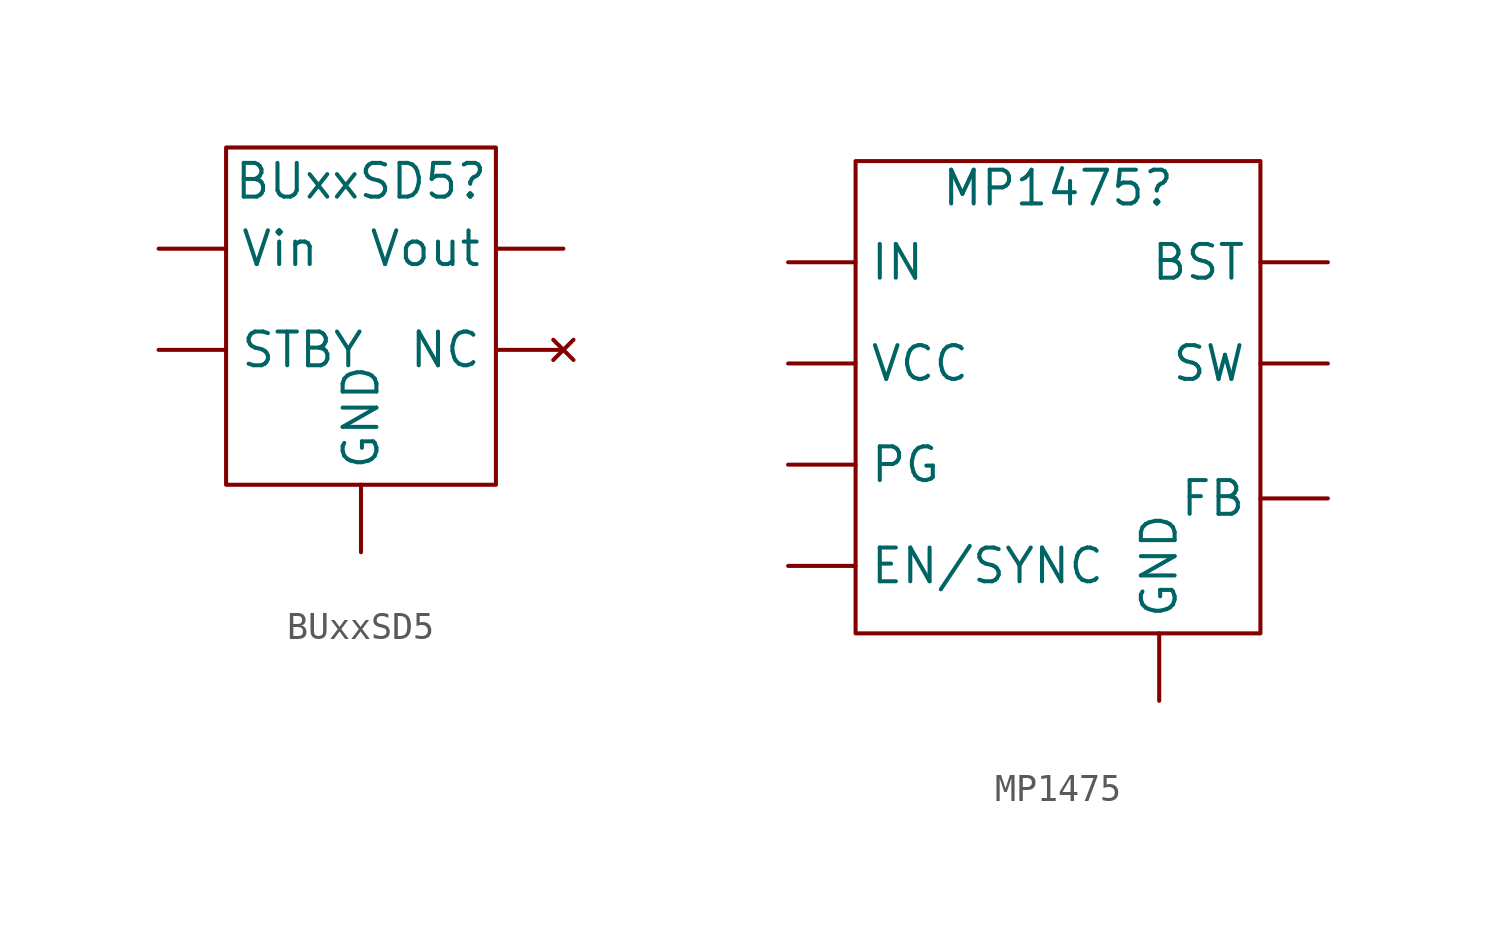
<source format=kicad_sym>
(kicad_symbol_lib
  (version 20241209)
  (generator "kicad_symbol_editor")
  (generator_version "9.0")
  (symbol "BUxxSD5"
    (property "Reference" "BUxxSD5"
      (at 0 5.08 0)
      (effects (font (size 1.27 1.27))))
    (property "Value" ""
      (at 0 0 0)
      (effects (font (size 1.27 1.27))))
    (symbol "BUxxSD5_0_1"
      (rectangle (start -5.08 6.35) (end 5.08 -6.35) (stroke (width 0) (type default)) (fill (type none))))
    (symbol "BUxxSD5_1_1"
      (pin power_in line (at -7.62 2.54 0) (length 2.54) (name "Vin" (effects (font (size 1.27 1.27)))) (number "" (effects (font (size 1.27 1.27)))))
      (pin input line (at -7.62 -1.27 0) (length 2.54) (name "STBY" (effects (font (size 1.27 1.27)))) (number "" (effects (font (size 1.27 1.27)))))
      (pin power_out line (at 0 -8.89 90) (length 2.54) (name "GND" (effects (font (size 1.27 1.27)))) (number "" (effects (font (size 1.27 1.27)))))
      (pin power_out line (at 7.62 2.54 180) (length 2.54) (name "Vout" (effects (font (size 1.27 1.27)))) (number "" (effects (font (size 1.27 1.27)))))
      (pin no_connect line (at 7.62 -1.27 180) (length 2.54) (name "NC" (effects (font (size 1.27 1.27)))) (number "" (effects (font (size 1.27 1.27)))))))
  (symbol "MP1475"
    (property "Reference" "MP1475"
      (at 0 7.874 0)
      (effects (font (size 1.27 1.27))))
    (property "Value" ""
      (at 0 0 0)
      (effects (font (size 1.27 1.27))))
    (symbol "MP1475_0_1"
      (rectangle (start -7.62 8.89) (end 7.62 -8.89) (stroke (width 0) (type default)) (fill (type none))))
    (symbol "MP1475_1_1"
      (pin power_in line (at -10.16 5.08 0) (length 2.54) (name "IN" (effects (font (size 1.27 1.27)))) (number "" (effects (font (size 1.27 1.27)))))
      (pin power_out line (at -10.16 1.27 0) (length 2.54) (name "VCC" (effects (font (size 1.27 1.27)))) (number "" (effects (font (size 1.27 1.27)))))
      (pin power_out line (at -10.16 -2.54 0) (length 2.54) (name "PG" (effects (font (size 1.27 1.27)))) (number "" (effects (font (size 1.27 1.27)))))
      (pin power_in line (at -10.16 -6.35 0) (length 2.54) (name "EN/SYNC" (effects (font (size 1.27 1.27)))) (number "" (effects (font (size 1.27 1.27)))))
      (pin power_out line (at 3.81 -11.43 90) (length 2.54) (name "GND" (effects (font (size 1.27 1.27)))) (number "" (effects (font (size 1.27 1.27)))))
      (pin output line (at 10.16 5.08 180) (length 2.54) (name "BST" (effects (font (size 1.27 1.27)))) (number "" (effects (font (size 1.27 1.27)))))
      (pin output line (at 10.16 1.27 180) (length 2.54) (name "SW" (effects (font (size 1.27 1.27)))) (number "" (effects (font (size 1.27 1.27)))))
      (pin output line (at 10.16 -3.81 180) (length 2.54) (name "FB" (effects (font (size 1.27 1.27)))) (number "" (effects (font (size 1.27 1.27))))))))
</source>
